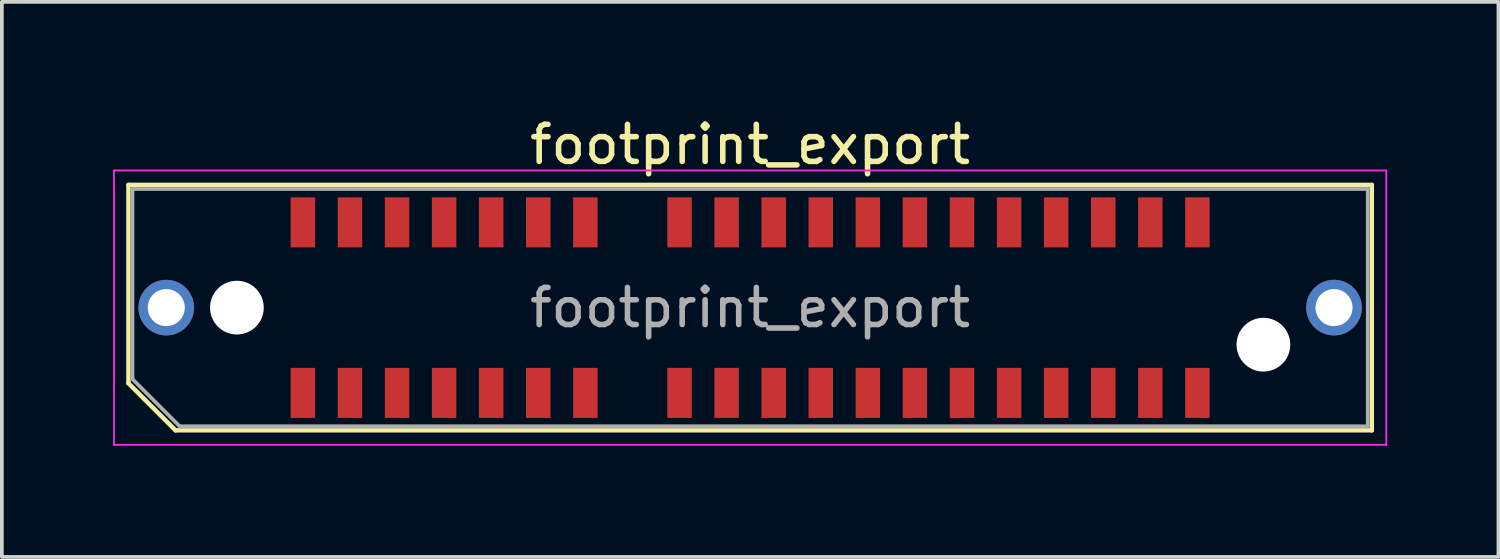
<source format=kicad_pcb>
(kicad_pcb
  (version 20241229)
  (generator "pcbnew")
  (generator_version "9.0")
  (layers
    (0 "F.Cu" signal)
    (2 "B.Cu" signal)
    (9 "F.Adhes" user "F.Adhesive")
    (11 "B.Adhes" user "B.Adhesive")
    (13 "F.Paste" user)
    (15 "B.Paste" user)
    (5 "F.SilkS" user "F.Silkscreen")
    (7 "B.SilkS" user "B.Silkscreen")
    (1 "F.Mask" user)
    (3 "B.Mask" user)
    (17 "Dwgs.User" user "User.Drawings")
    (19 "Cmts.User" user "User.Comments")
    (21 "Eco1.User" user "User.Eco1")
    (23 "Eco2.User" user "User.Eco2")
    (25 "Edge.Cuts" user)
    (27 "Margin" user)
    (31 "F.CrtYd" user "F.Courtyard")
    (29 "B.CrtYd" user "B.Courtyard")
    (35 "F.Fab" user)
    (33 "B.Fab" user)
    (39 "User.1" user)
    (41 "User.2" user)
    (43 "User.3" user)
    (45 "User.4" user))
  (footprint "footprint_export"
    (layer "F.Cu")
    (at 17.185 5.248)
    (property "Reference" "footprint_export" (at 0 -4.4 0) (layer "F.SilkS") (effects (font (size 1 1) (thickness 0.15))))
    (attr smd)
    (fp_line (start -16.77 -3.31) (end 16.77 -3.31) (stroke (width 0.12) (type solid)) (layer "F.SilkS"))
    (fp_line (start -16.77 2.04) (end -16.77 -3.31) (stroke (width 0.12) (type solid)) (layer "F.SilkS"))
    (fp_line (start -15.5 3.31) (end -16.77 2.04) (stroke (width 0.12) (type solid)) (layer "F.SilkS"))
    (fp_line (start -15.5 3.31) (end 16.77 3.31) (stroke (width 0.12) (type solid)) (layer "F.SilkS"))
    (fp_line (start 16.77 3.31) (end 16.77 -3.31) (stroke (width 0.12) (type solid)) (layer "F.SilkS"))
    (fp_line (start -17.16 -3.7) (end -17.16 3.7) (stroke (width 0.05) (type solid)) (layer "F.CrtYd"))
    (fp_line (start -17.16 3.7) (end 17.16 3.7) (stroke (width 0.05) (type solid)) (layer "F.CrtYd"))
    (fp_line (start 17.16 -3.7) (end -17.16 -3.7) (stroke (width 0.05) (type solid)) (layer "F.CrtYd"))
    (fp_line (start 17.16 3.7) (end 17.16 -3.7) (stroke (width 0.05) (type solid)) (layer "F.CrtYd"))
    (fp_line (start -16.66 -3.2) (end 16.66 -3.2) (stroke (width 0.1) (type solid)) (layer "F.Fab"))
    (fp_line (start -16.66 1.93) (end -16.66 -3.2) (stroke (width 0.1) (type solid)) (layer "F.Fab"))
    (fp_line (start -16.66 1.93) (end -15.39 3.2) (stroke (width 0.1) (type solid)) (layer "F.Fab"))
    (fp_line (start -15.39 3.2) (end 16.66 3.2) (stroke (width 0.1) (type solid)) (layer "F.Fab"))
    (fp_line (start 16.66 3.2) (end 16.66 -3.2) (stroke (width 0.1) (type solid)) (layer "F.Fab"))
    (fp_text user "${REFERENCE}" (at 0 0 0) (layer "F.Fab") (effects (font (size 1 1) (thickness 0.15))))
    (pad "" thru_hole circle (at -15.75 0) (size 1.5 1.5) (drill 1) (layers "*.Cu" "*.Mask"))
    (pad "" np_thru_hole circle (at -13.845 0) (size 1.45 1.45) (drill 1.45) (layers "*.Cu" "*.Mask"))
    (pad "" np_thru_hole circle (at 13.845 1) (size 1.45 1.45) (drill 1.45) (layers "*.Cu" "*.Mask"))
    (pad "" thru_hole circle (at 15.75 0) (size 1.5 1.5) (drill 1) (layers "*.Cu" "*.Mask"))
    (pad "1" smd rect (at -12.065 2.3) (size 0.66 1.35) (layers "F.Cu" "F.Mask" "F.Paste"))
    (pad "2" smd rect (at -12.065 -2.3) (size 0.66 1.35) (layers "F.Cu" "F.Mask" "F.Paste"))
    (pad "3" smd rect (at -10.795 2.3) (size 0.66 1.35) (layers "F.Cu" "F.Mask" "F.Paste"))
    (pad "4" smd rect (at -10.795 -2.3) (size 0.66 1.35) (layers "F.Cu" "F.Mask" "F.Paste"))
    (pad "5" smd rect (at -9.525 2.3) (size 0.66 1.35) (layers "F.Cu" "F.Mask" "F.Paste"))
    (pad "6" smd rect (at -9.525 -2.3) (size 0.66 1.35) (layers "F.Cu" "F.Mask" "F.Paste"))
    (pad "7" smd rect (at -8.255 2.3) (size 0.66 1.35) (layers "F.Cu" "F.Mask" "F.Paste"))
    (pad "8" smd rect (at -8.255 -2.3) (size 0.66 1.35) (layers "F.Cu" "F.Mask" "F.Paste"))
    (pad "9" smd rect (at -6.985 2.3) (size 0.66 1.35) (layers "F.Cu" "F.Mask" "F.Paste"))
    (pad "10" smd rect (at -6.985 -2.3) (size 0.66 1.35) (layers "F.Cu" "F.Mask" "F.Paste"))
    (pad "11" smd rect (at -5.715 2.3) (size 0.66 1.35) (layers "F.Cu" "F.Mask" "F.Paste"))
    (pad "12" smd rect (at -5.715 -2.3) (size 0.66 1.35) (layers "F.Cu" "F.Mask" "F.Paste"))
    (pad "13" smd rect (at -4.445 2.3) (size 0.66 1.35) (layers "F.Cu" "F.Mask" "F.Paste"))
    (pad "14" smd rect (at -4.445 -2.3) (size 0.66 1.35) (layers "F.Cu" "F.Mask" "F.Paste"))
    (pad "17" smd rect (at -1.905 2.3) (size 0.66 1.35) (layers "F.Cu" "F.Mask" "F.Paste"))
    (pad "18" smd rect (at -1.905 -2.3) (size 0.66 1.35) (layers "F.Cu" "F.Mask" "F.Paste"))
    (pad "19" smd rect (at -0.635 2.3) (size 0.66 1.35) (layers "F.Cu" "F.Mask" "F.Paste"))
    (pad "20" smd rect (at -0.635 -2.3) (size 0.66 1.35) (layers "F.Cu" "F.Mask" "F.Paste"))
    (pad "21" smd rect (at 0.635 2.3) (size 0.66 1.35) (layers "F.Cu" "F.Mask" "F.Paste"))
    (pad "22" smd rect (at 0.635 -2.3) (size 0.66 1.35) (layers "F.Cu" "F.Mask" "F.Paste"))
    (pad "23" smd rect (at 1.905 2.3) (size 0.66 1.35) (layers "F.Cu" "F.Mask" "F.Paste"))
    (pad "24" smd rect (at 1.905 -2.3) (size 0.66 1.35) (layers "F.Cu" "F.Mask" "F.Paste"))
    (pad "25" smd rect (at 3.175 2.3) (size 0.66 1.35) (layers "F.Cu" "F.Mask" "F.Paste"))
    (pad "26" smd rect (at 3.175 -2.3) (size 0.66 1.35) (layers "F.Cu" "F.Mask" "F.Paste"))
    (pad "27" smd rect (at 4.445 2.3) (size 0.66 1.35) (layers "F.Cu" "F.Mask" "F.Paste"))
    (pad "28" smd rect (at 4.445 -2.3) (size 0.66 1.35) (layers "F.Cu" "F.Mask" "F.Paste"))
    (pad "29" smd rect (at 5.715 2.3) (size 0.66 1.35) (layers "F.Cu" "F.Mask" "F.Paste"))
    (pad "30" smd rect (at 5.715 -2.3) (size 0.66 1.35) (layers "F.Cu" "F.Mask" "F.Paste"))
    (pad "31" smd rect (at 6.985 2.3) (size 0.66 1.35) (layers "F.Cu" "F.Mask" "F.Paste"))
    (pad "32" smd rect (at 6.985 -2.3) (size 0.66 1.35) (layers "F.Cu" "F.Mask" "F.Paste"))
    (pad "33" smd rect (at 8.255 2.3) (size 0.66 1.35) (layers "F.Cu" "F.Mask" "F.Paste"))
    (pad "34" smd rect (at 8.255 -2.3) (size 0.66 1.35) (layers "F.Cu" "F.Mask" "F.Paste"))
    (pad "35" smd rect (at 9.525 2.3) (size 0.66 1.35) (layers "F.Cu" "F.Mask" "F.Paste"))
    (pad "36" smd rect (at 9.525 -2.3) (size 0.66 1.35) (layers "F.Cu" "F.Mask" "F.Paste"))
    (pad "37" smd rect (at 10.795 2.3) (size 0.66 1.35) (layers "F.Cu" "F.Mask" "F.Paste"))
    (pad "38" smd rect (at 10.795 -2.3) (size 0.66 1.35) (layers "F.Cu" "F.Mask" "F.Paste"))
    (pad "39" smd rect (at 12.065 2.3) (size 0.66 1.35) (layers "F.Cu" "F.Mask" "F.Paste"))
    (pad "40" smd rect (at 12.065 -2.3) (size 0.66 1.35) (layers "F.Cu" "F.Mask" "F.Paste")))
  (gr_rect
    (start -3 -3)
    (end 37.37 11.973)
    (stroke (width 0.1) (type default))
    (fill no)
    (layer "Edge.Cuts")))
</source>
